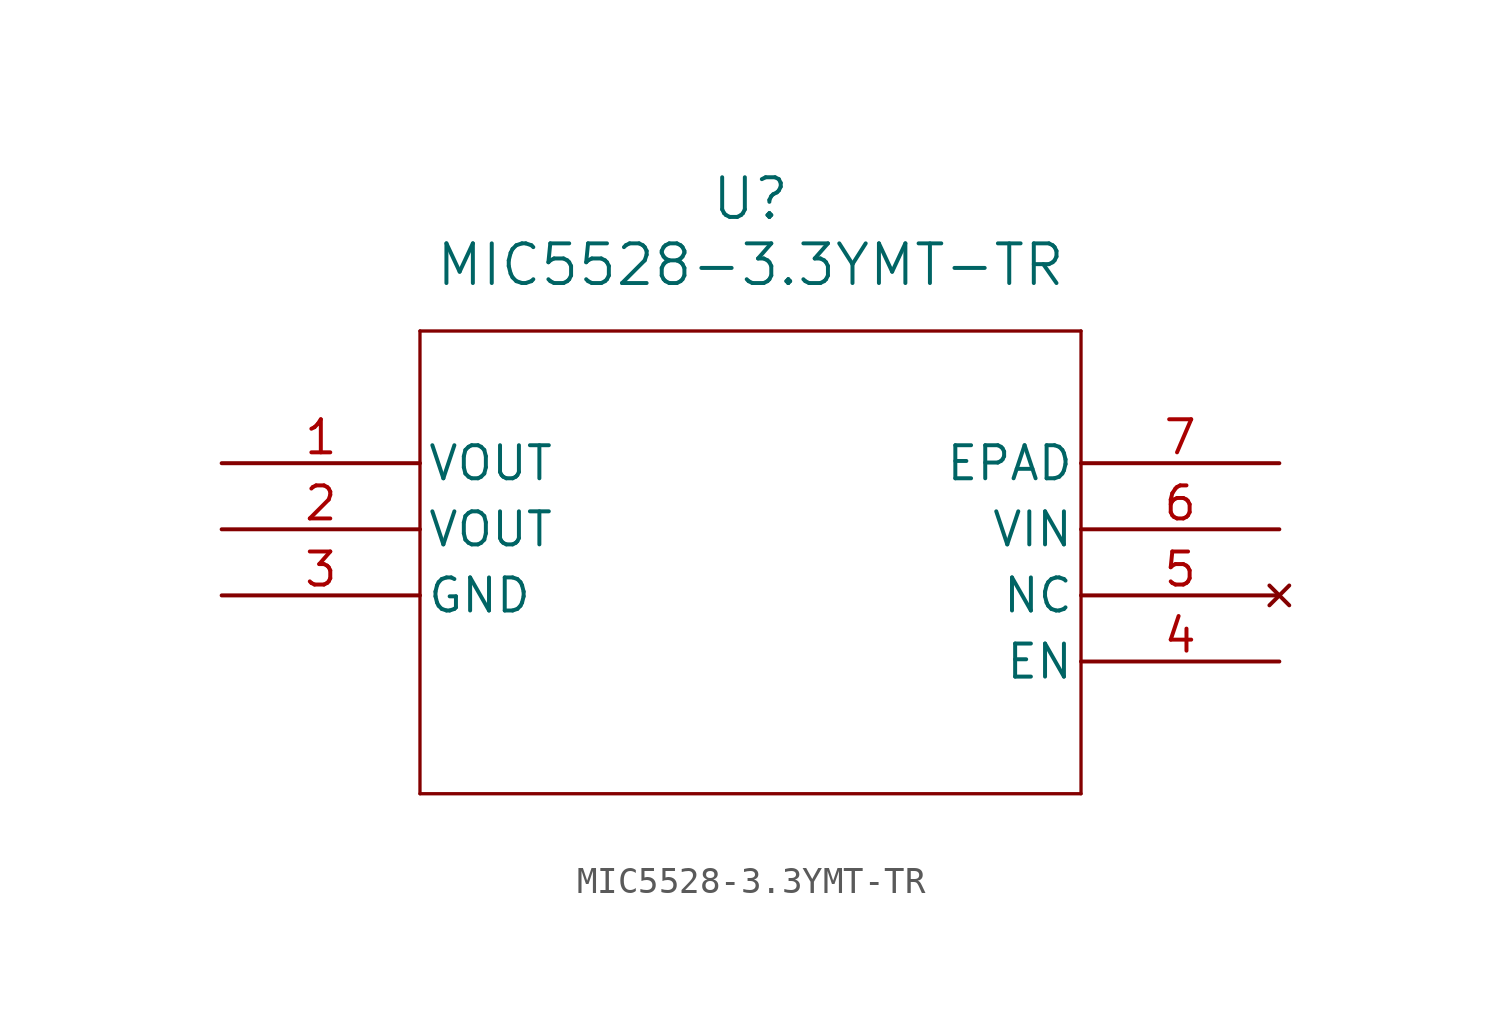
<source format=kicad_sym>
(kicad_symbol_lib
  (version 20211014)
  (generator kicad_symbol_editor)
  (symbol "MIC5528-3.3YMT-TR"
    (pin_names
      (offset 0.254))
    (property "Reference" "U"
      (at 20.32 10.16 0)
      (effects (font (size 1.524 1.524))))
    (property "Value" "MIC5528-3.3YMT-TR"
      (at 20.32 7.62 0)
      (effects (font (size 1.524 1.524))))
    (symbol "MIC5528-3.3YMT-TR_0_1"
      (polyline (pts (xy 7.62 5.08) (xy 7.62 -12.7)) (stroke (width 0.127) (type default) (color 0 0 0 0)) (fill (type none)))
      (polyline (pts (xy 7.62 -12.7) (xy 33.02 -12.7)) (stroke (width 0.127) (type default) (color 0 0 0 0)) (fill (type none)))
      (polyline (pts (xy 33.02 -12.7) (xy 33.02 5.08)) (stroke (width 0.127) (type default) (color 0 0 0 0)) (fill (type none)))
      (polyline (pts (xy 33.02 5.08) (xy 7.62 5.08)) (stroke (width 0.127) (type default) (color 0 0 0 0)) (fill (type none)))
      (pin output line (at 0 0 0) (length 7.62) (name "VOUT" (effects (font (size 1.27 1.27)))) (number "1" (effects (font (size 1.27 1.27)))))
      (pin output line (at 0 -2.54 0) (length 7.62) (name "VOUT" (effects (font (size 1.27 1.27)))) (number "2" (effects (font (size 1.27 1.27)))))
      (pin power_in line (at 0 -5.08 0) (length 7.62) (name "GND" (effects (font (size 1.27 1.27)))) (number "3" (effects (font (size 1.27 1.27)))))
      (pin input line (at 40.64 -7.62 180) (length 7.62) (name "EN" (effects (font (size 1.27 1.27)))) (number "4" (effects (font (size 1.27 1.27)))))
      (pin no_connect line (at 40.64 -5.08 180) (length 7.62) (name "NC" (effects (font (size 1.27 1.27)))) (number "5" (effects (font (size 1.27 1.27)))))
      (pin input line (at 40.64 -2.54 180) (length 7.62) (name "VIN" (effects (font (size 1.27 1.27)))) (number "6" (effects (font (size 1.27 1.27)))))
      (pin unspecified line (at 40.64 0 180) (length 7.62) (name "EPAD" (effects (font (size 1.27 1.27)))) (number "7" (effects (font (size 1.27 1.27))))))))
</source>
